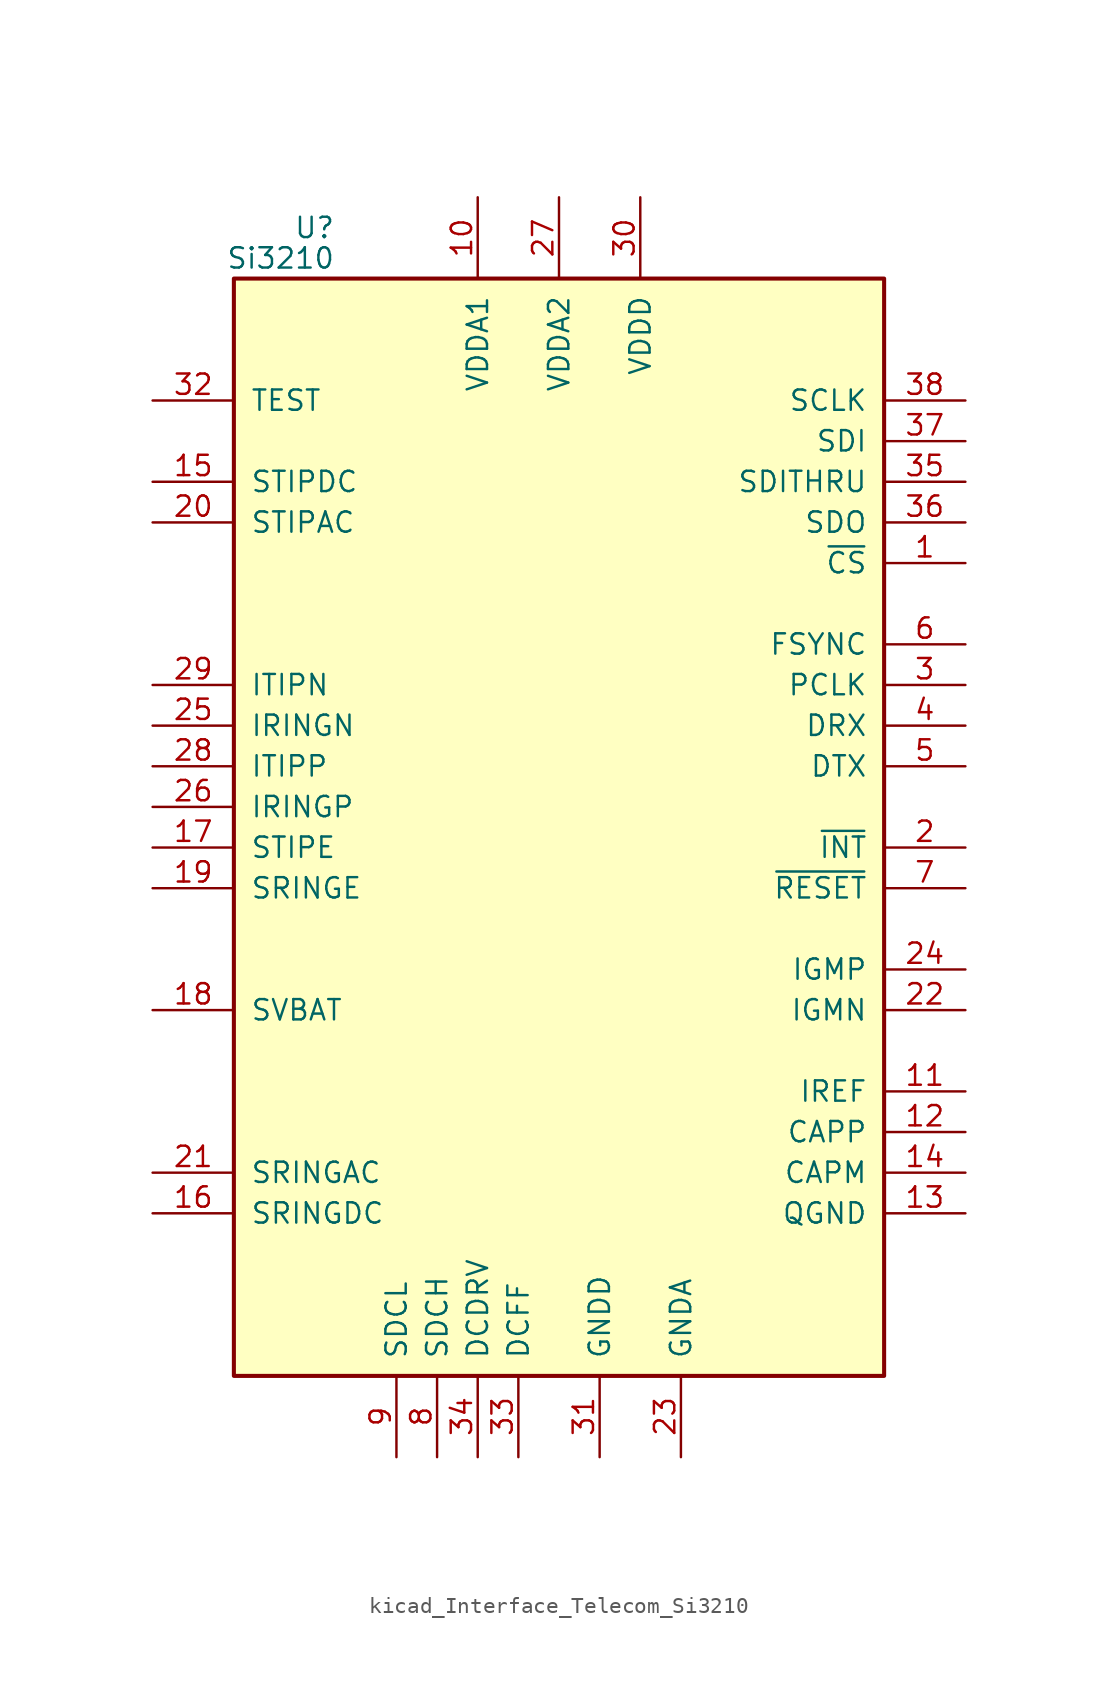
<source format=kicad_sym>
(kicad_symbol_lib
  (version 20220914)
  (generator kicad_symbol_editor)
  (symbol "kicad_Interface_Telecom_Si3210"
    (pin_names
      (offset 1.016))
    (property "Reference" "U"
      (at -13.97 36.195 0)
      (effects (font (size 1.27 1.27)) (justify right)))
    (property "Value" "Si3210"
      (at -13.97 34.29 0)
      (effects (font (size 1.27 1.27)) (justify right)))
    (symbol "kicad_Interface_Telecom_Si3210_0_1"
      (rectangle (start -20.32 33.02) (end 20.32 -35.56) (stroke (width 0.254) (type default)) (fill (type background))))
    (symbol "kicad_Interface_Telecom_Si3210_1_1"
      (pin input line (at 25.4 15.24 180) (length 5.08) (name "~{CS}" (effects (font (size 1.27 1.27)))) (number "1" (effects (font (size 1.27 1.27)))))
      (pin power_in line (at -5.08 38.1 270) (length 5.08) (name "VDDA1" (effects (font (size 1.27 1.27)))) (number "10" (effects (font (size 1.27 1.27)))))
      (pin output line (at 25.4 -17.78 180) (length 5.08) (name "IREF" (effects (font (size 1.27 1.27)))) (number "11" (effects (font (size 1.27 1.27)))))
      (pin output line (at 25.4 -20.32 180) (length 5.08) (name "CAPP" (effects (font (size 1.27 1.27)))) (number "12" (effects (font (size 1.27 1.27)))))
      (pin power_in line (at 25.4 -25.4 180) (length 5.08) (name "QGND" (effects (font (size 1.27 1.27)))) (number "13" (effects (font (size 1.27 1.27)))))
      (pin output line (at 25.4 -22.86 180) (length 5.08) (name "CAPM" (effects (font (size 1.27 1.27)))) (number "14" (effects (font (size 1.27 1.27)))))
      (pin input line (at -25.4 20.32 0) (length 5.08) (name "STIPDC" (effects (font (size 1.27 1.27)))) (number "15" (effects (font (size 1.27 1.27)))))
      (pin input line (at -25.4 -25.4 0) (length 5.08) (name "SRINGDC" (effects (font (size 1.27 1.27)))) (number "16" (effects (font (size 1.27 1.27)))))
      (pin input line (at -25.4 -2.54 0) (length 5.08) (name "STIPE" (effects (font (size 1.27 1.27)))) (number "17" (effects (font (size 1.27 1.27)))))
      (pin input line (at -25.4 -12.7 0) (length 5.08) (name "SVBAT" (effects (font (size 1.27 1.27)))) (number "18" (effects (font (size 1.27 1.27)))))
      (pin input line (at -25.4 -5.08 0) (length 5.08) (name "SRINGE" (effects (font (size 1.27 1.27)))) (number "19" (effects (font (size 1.27 1.27)))))
      (pin output line (at 25.4 -2.54 180) (length 5.08) (name "~{INT}" (effects (font (size 1.27 1.27)))) (number "2" (effects (font (size 1.27 1.27)))))
      (pin input line (at -25.4 17.78 0) (length 5.08) (name "STIPAC" (effects (font (size 1.27 1.27)))) (number "20" (effects (font (size 1.27 1.27)))))
      (pin input line (at -25.4 -22.86 0) (length 5.08) (name "SRINGAC" (effects (font (size 1.27 1.27)))) (number "21" (effects (font (size 1.27 1.27)))))
      (pin output line (at 25.4 -12.7 180) (length 5.08) (name "IGMN" (effects (font (size 1.27 1.27)))) (number "22" (effects (font (size 1.27 1.27)))))
      (pin power_in line (at 7.62 -40.64 90) (length 5.08) (name "GNDA" (effects (font (size 1.27 1.27)))) (number "23" (effects (font (size 1.27 1.27)))))
      (pin output line (at 25.4 -10.16 180) (length 5.08) (name "IGMP" (effects (font (size 1.27 1.27)))) (number "24" (effects (font (size 1.27 1.27)))))
      (pin input line (at -25.4 5.08 0) (length 5.08) (name "IRINGN" (effects (font (size 1.27 1.27)))) (number "25" (effects (font (size 1.27 1.27)))))
      (pin input line (at -25.4 0 0) (length 5.08) (name "IRINGP" (effects (font (size 1.27 1.27)))) (number "26" (effects (font (size 1.27 1.27)))))
      (pin power_in line (at 0 38.1 270) (length 5.08) (name "VDDA2" (effects (font (size 1.27 1.27)))) (number "27" (effects (font (size 1.27 1.27)))))
      (pin input line (at -25.4 2.54 0) (length 5.08) (name "ITIPP" (effects (font (size 1.27 1.27)))) (number "28" (effects (font (size 1.27 1.27)))))
      (pin input line (at -25.4 7.62 0) (length 5.08) (name "ITIPN" (effects (font (size 1.27 1.27)))) (number "29" (effects (font (size 1.27 1.27)))))
      (pin input line (at 25.4 7.62 180) (length 5.08) (name "PCLK" (effects (font (size 1.27 1.27)))) (number "3" (effects (font (size 1.27 1.27)))))
      (pin power_in line (at 5.08 38.1 270) (length 5.08) (name "VDDD" (effects (font (size 1.27 1.27)))) (number "30" (effects (font (size 1.27 1.27)))))
      (pin power_in line (at 2.54 -40.64 90) (length 5.08) (name "GNDD" (effects (font (size 1.27 1.27)))) (number "31" (effects (font (size 1.27 1.27)))))
      (pin input line (at -25.4 25.4 0) (length 5.08) (name "TEST" (effects (font (size 1.27 1.27)))) (number "32" (effects (font (size 1.27 1.27)))))
      (pin output line (at -2.54 -40.64 90) (length 5.08) (name "DCFF" (effects (font (size 1.27 1.27)))) (number "33" (effects (font (size 1.27 1.27)))))
      (pin output line (at -5.08 -40.64 90) (length 5.08) (name "DCDRV" (effects (font (size 1.27 1.27)))) (number "34" (effects (font (size 1.27 1.27)))))
      (pin output line (at 25.4 20.32 180) (length 5.08) (name "SDITHRU" (effects (font (size 1.27 1.27)))) (number "35" (effects (font (size 1.27 1.27)))))
      (pin output line (at 25.4 17.78 180) (length 5.08) (name "SDO" (effects (font (size 1.27 1.27)))) (number "36" (effects (font (size 1.27 1.27)))))
      (pin input line (at 25.4 22.86 180) (length 5.08) (name "SDI" (effects (font (size 1.27 1.27)))) (number "37" (effects (font (size 1.27 1.27)))))
      (pin input line (at 25.4 25.4 180) (length 5.08) (name "SCLK" (effects (font (size 1.27 1.27)))) (number "38" (effects (font (size 1.27 1.27)))))
      (pin input line (at 25.4 5.08 180) (length 5.08) (name "DRX" (effects (font (size 1.27 1.27)))) (number "4" (effects (font (size 1.27 1.27)))))
      (pin output line (at 25.4 2.54 180) (length 5.08) (name "DTX" (effects (font (size 1.27 1.27)))) (number "5" (effects (font (size 1.27 1.27)))))
      (pin input line (at 25.4 10.16 180) (length 5.08) (name "FSYNC" (effects (font (size 1.27 1.27)))) (number "6" (effects (font (size 1.27 1.27)))))
      (pin input line (at 25.4 -5.08 180) (length 5.08) (name "~{RESET}" (effects (font (size 1.27 1.27)))) (number "7" (effects (font (size 1.27 1.27)))))
      (pin output line (at -7.62 -40.64 90) (length 5.08) (name "SDCH" (effects (font (size 1.27 1.27)))) (number "8" (effects (font (size 1.27 1.27)))))
      (pin output line (at -10.16 -40.64 90) (length 5.08) (name "SDCL" (effects (font (size 1.27 1.27)))) (number "9" (effects (font (size 1.27 1.27))))))))
</source>
